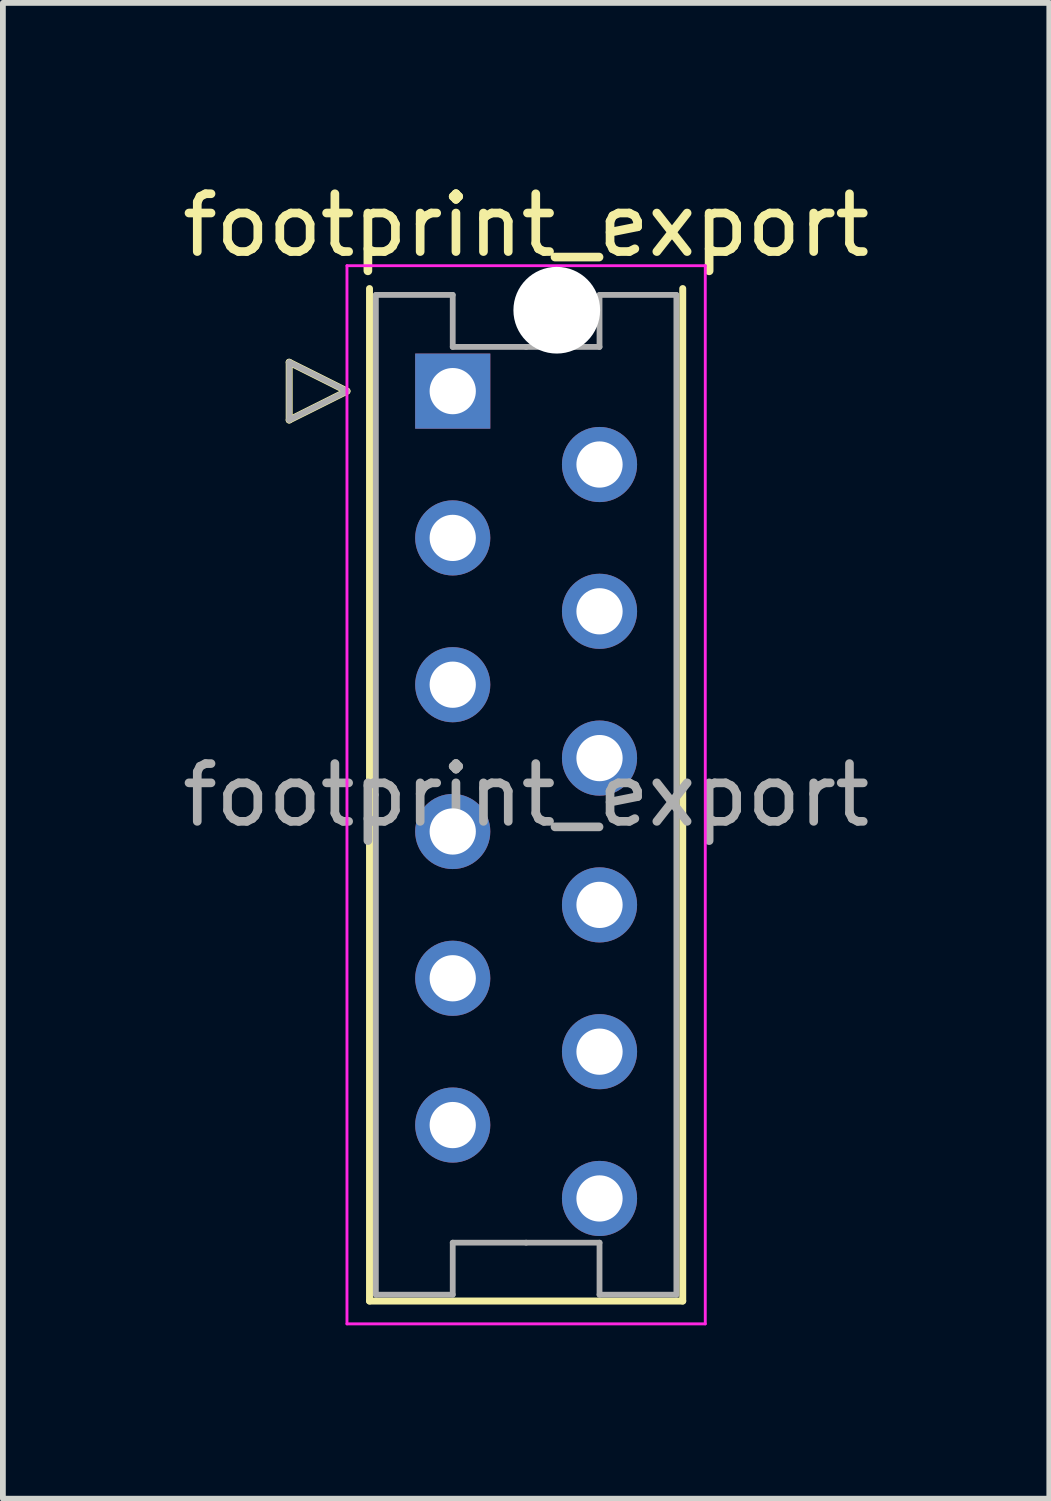
<source format=kicad_pcb>
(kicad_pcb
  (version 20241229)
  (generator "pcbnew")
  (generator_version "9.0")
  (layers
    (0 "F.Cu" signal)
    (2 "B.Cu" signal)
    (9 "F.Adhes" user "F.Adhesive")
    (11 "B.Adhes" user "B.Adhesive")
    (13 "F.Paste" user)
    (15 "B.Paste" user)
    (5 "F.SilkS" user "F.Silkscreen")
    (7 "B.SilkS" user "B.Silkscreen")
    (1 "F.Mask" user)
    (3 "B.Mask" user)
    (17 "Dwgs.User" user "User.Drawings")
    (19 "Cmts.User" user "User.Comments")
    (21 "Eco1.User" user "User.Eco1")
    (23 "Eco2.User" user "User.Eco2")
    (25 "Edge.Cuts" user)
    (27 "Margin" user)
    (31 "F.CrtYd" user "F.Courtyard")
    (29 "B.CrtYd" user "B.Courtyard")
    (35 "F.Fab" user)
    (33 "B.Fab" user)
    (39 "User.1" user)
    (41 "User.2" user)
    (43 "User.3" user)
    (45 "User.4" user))
  (footprint "footprint_export"
    (layer "F.Cu")
    (at 4.784 3.718)
    (property "Reference" "footprint_export" (at 1.27 -2.87 0) (layer "F.SilkS") (effects (font (size 1 1) (thickness 0.15))))
    (attr through_hole)
    (fp_line (start -2.83 -0.5) (end -1.83 0) (stroke (width 0.12) (type solid)) (layer "F.SilkS"))
    (fp_line (start -2.83 0.5) (end -2.83 -0.5) (stroke (width 0.12) (type solid)) (layer "F.SilkS"))
    (fp_line (start -1.83 0) (end -2.83 0.5) (stroke (width 0.12) (type solid)) (layer "F.SilkS"))
    (fp_line (start -1.44 -1.775) (end -1.44 15.745) (stroke (width 0.12) (type solid)) (layer "F.SilkS"))
    (fp_line (start -1.44 15.745) (end 3.98 15.745) (stroke (width 0.12) (type solid)) (layer "F.SilkS"))
    (fp_line (start 3.98 15.745) (end 3.98 -1.775) (stroke (width 0.12) (type solid)) (layer "F.SilkS"))
    (fp_line (start -1.83 -2.17) (end -1.83 16.14) (stroke (width 0.05) (type solid)) (layer "F.CrtYd"))
    (fp_line (start -1.83 16.14) (end 4.37 16.14) (stroke (width 0.05) (type solid)) (layer "F.CrtYd"))
    (fp_line (start 4.37 -2.17) (end -1.83 -2.17) (stroke (width 0.05) (type solid)) (layer "F.CrtYd"))
    (fp_line (start 4.37 16.14) (end 4.37 -2.17) (stroke (width 0.05) (type solid)) (layer "F.CrtYd"))
    (fp_line (start -2.83 -0.5) (end -1.83 0) (stroke (width 0.1) (type solid)) (layer "F.Fab"))
    (fp_line (start -2.83 0.5) (end -2.83 -0.5) (stroke (width 0.1) (type solid)) (layer "F.Fab"))
    (fp_line (start -1.83 0) (end -2.83 0.5) (stroke (width 0.1) (type solid)) (layer "F.Fab"))
    (fp_line (start -1.33 -1.665) (end -1.33 6.985) (stroke (width 0.1) (type solid)) (layer "F.Fab"))
    (fp_line (start -1.33 15.635) (end -1.33 6.985) (stroke (width 0.1) (type solid)) (layer "F.Fab"))
    (fp_line (start 0 -1.665) (end -1.33 -1.665) (stroke (width 0.1) (type solid)) (layer "F.Fab"))
    (fp_line (start 0 -0.765) (end 0 -1.665) (stroke (width 0.1) (type solid)) (layer "F.Fab"))
    (fp_line (start 0 14.735) (end 0 15.635) (stroke (width 0.1) (type solid)) (layer "F.Fab"))
    (fp_line (start 0 15.635) (end -1.33 15.635) (stroke (width 0.1) (type solid)) (layer "F.Fab"))
    (fp_line (start 1.27 -0.765) (end 0 -0.765) (stroke (width 0.1) (type solid)) (layer "F.Fab"))
    (fp_line (start 1.27 -0.765) (end 2.54 -0.765) (stroke (width 0.1) (type solid)) (layer "F.Fab"))
    (fp_line (start 1.27 14.735) (end 0 14.735) (stroke (width 0.1) (type solid)) (layer "F.Fab"))
    (fp_line (start 1.27 14.735) (end 2.54 14.735) (stroke (width 0.1) (type solid)) (layer "F.Fab"))
    (fp_line (start 2.54 -1.665) (end 3.87 -1.665) (stroke (width 0.1) (type solid)) (layer "F.Fab"))
    (fp_line (start 2.54 -0.765) (end 2.54 -1.665) (stroke (width 0.1) (type solid)) (layer "F.Fab"))
    (fp_line (start 2.54 14.735) (end 2.54 15.635) (stroke (width 0.1) (type solid)) (layer "F.Fab"))
    (fp_line (start 2.54 15.635) (end 3.87 15.635) (stroke (width 0.1) (type solid)) (layer "F.Fab"))
    (fp_line (start 3.87 -1.665) (end 3.87 6.985) (stroke (width 0.1) (type solid)) (layer "F.Fab"))
    (fp_line (start 3.87 15.635) (end 3.87 6.985) (stroke (width 0.1) (type solid)) (layer "F.Fab"))
    (fp_text user "${REFERENCE}" (at 1.27 6.99 0) (layer "F.Fab") (effects (font (size 1 1) (thickness 0.15))))
    (pad "" np_thru_hole circle (at 1.8 -1.4) (size 1.5 1.5) (drill 1.5) (layers "*.Cu" "*.Mask"))
    (pad "1" thru_hole rect (at 0 0) (size 1.3 1.3) (drill 0.8) (layers "*.Cu" "*.Mask"))
    (pad "2" thru_hole circle (at 2.54 1.27) (size 1.3 1.3) (drill 0.8) (layers "*.Cu" "*.Mask"))
    (pad "3" thru_hole circle (at 0 2.54) (size 1.3 1.3) (drill 0.8) (layers "*.Cu" "*.Mask"))
    (pad "4" thru_hole circle (at 2.54 3.81) (size 1.3 1.3) (drill 0.8) (layers "*.Cu" "*.Mask"))
    (pad "5" thru_hole circle (at 0 5.08) (size 1.3 1.3) (drill 0.8) (layers "*.Cu" "*.Mask"))
    (pad "6" thru_hole circle (at 2.54 6.35) (size 1.3 1.3) (drill 0.8) (layers "*.Cu" "*.Mask"))
    (pad "7" thru_hole circle (at 0 7.62) (size 1.3 1.3) (drill 0.8) (layers "*.Cu" "*.Mask"))
    (pad "8" thru_hole circle (at 2.54 8.89) (size 1.3 1.3) (drill 0.8) (layers "*.Cu" "*.Mask"))
    (pad "9" thru_hole circle (at 0 10.16) (size 1.3 1.3) (drill 0.8) (layers "*.Cu" "*.Mask"))
    (pad "10" thru_hole circle (at 2.54 11.43) (size 1.3 1.3) (drill 0.8) (layers "*.Cu" "*.Mask"))
    (pad "11" thru_hole circle (at 0 12.7) (size 1.3 1.3) (drill 0.8) (layers "*.Cu" "*.Mask"))
    (pad "12" thru_hole circle (at 2.54 13.97) (size 1.3 1.3) (drill 0.8) (layers "*.Cu" "*.Mask")))
  (gr_rect
    (start -3 -3)
    (end 15.107 22.883)
    (stroke (width 0.1) (type default))
    (fill no)
    (layer "Edge.Cuts")))
</source>
